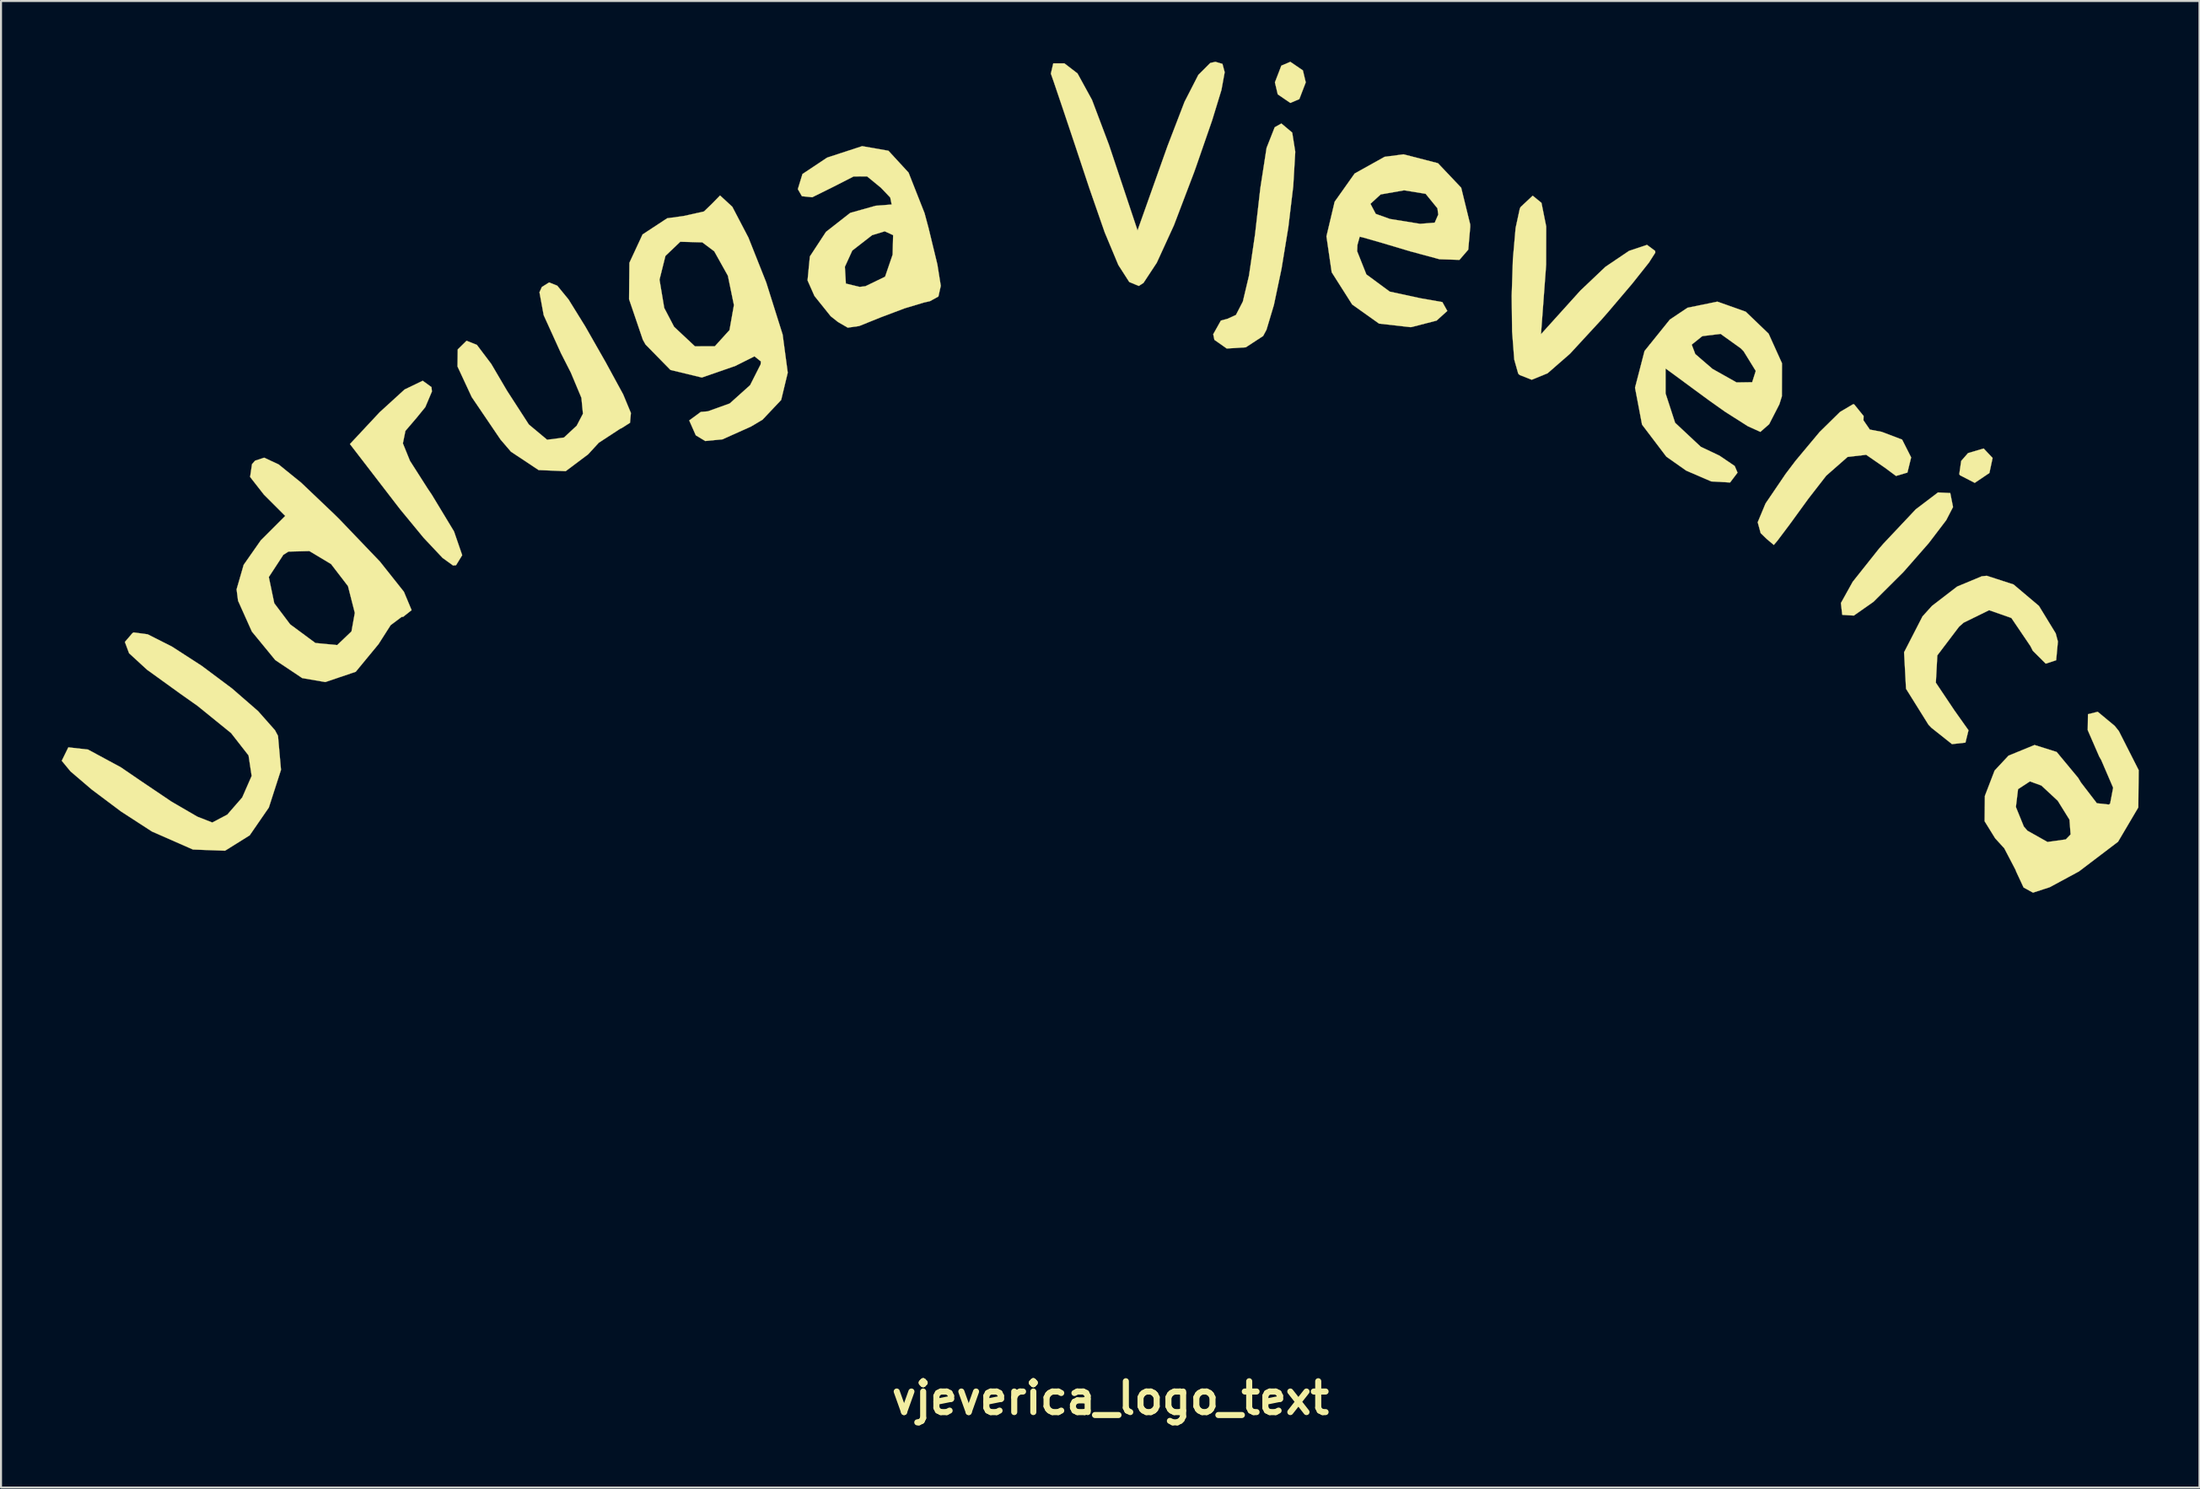
<source format=kicad_pcb>
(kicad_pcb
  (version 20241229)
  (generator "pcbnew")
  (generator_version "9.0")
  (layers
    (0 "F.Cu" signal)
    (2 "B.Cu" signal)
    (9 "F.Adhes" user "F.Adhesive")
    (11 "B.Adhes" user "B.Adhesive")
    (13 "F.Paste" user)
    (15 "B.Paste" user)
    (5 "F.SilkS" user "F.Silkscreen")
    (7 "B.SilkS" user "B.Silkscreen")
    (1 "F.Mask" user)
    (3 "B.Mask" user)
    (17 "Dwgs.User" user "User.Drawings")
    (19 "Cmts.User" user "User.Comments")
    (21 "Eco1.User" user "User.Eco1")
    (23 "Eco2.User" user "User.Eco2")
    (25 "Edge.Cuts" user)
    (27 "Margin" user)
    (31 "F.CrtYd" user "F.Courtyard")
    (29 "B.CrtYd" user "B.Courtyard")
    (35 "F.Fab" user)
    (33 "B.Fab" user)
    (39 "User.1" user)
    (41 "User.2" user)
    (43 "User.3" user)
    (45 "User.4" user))
  (footprint "vjeverica_logo_text"
    (layer "F.Cu")
    (at 51.821 66.045)
    (property "Reference" "vjeverica_logo_text" (at 0 0 0) (layer "F.SilkS") (effects (font (size 1.524 1.524) (thickness 0.3))))
    (attr through_hole)
    (fp_poly (pts (xy 9.511 -65.616) (xy 9.652 -65.024) (xy 9.334 -64.197) (xy 8.89 -64.008) (xy 8.269 -64.432) (xy 8.128 -65.024) (xy 8.446 -65.851) (xy 8.89 -66.04) (xy 9.511 -65.616)) (stroke (width 0.01) (type solid)) (fill yes) (layer "F.SilkS"))
    (fp_poly (pts (xy 43.593 -46.462) (xy 43.434 -45.72) (xy 42.71 -45.232) (xy 41.982 -45.607) (xy 41.946 -45.662) (xy 42.04 -46.315) (xy 42.378 -46.703) (xy 43.151 -46.931) (xy 43.593 -46.462)) (stroke (width 0.01) (type solid)) (fill yes) (layer "F.SilkS"))
    (fp_poly (pts (xy 41.5 -44.729) (xy 41.637 -44.039) (xy 41.301 -43.389) (xy 40.437 -42.254) (xy 39.227 -40.873) (xy 39.162 -40.803) (xy 37.704 -39.352) (xy 36.736 -38.674) (xy 36.172 -38.708) (xy 36.162 -38.717) (xy 36.097 -39.294) (xy 36.68 -40.343) (xy 37.964 -41.959) (xy 38.195 -42.226) (xy 39.797 -43.926) (xy 40.895 -44.759) (xy 41.5 -44.729)) (stroke (width 0.01) (type solid)) (fill yes) (layer "F.SilkS"))
    (fp_poly (pts (xy -33.55 -49.965) (xy -33.528 -49.748) (xy -33.855 -48.975) (xy -34.29 -48.441) (xy -34.838 -47.801) (xy -34.963 -47.184) (xy -34.613 -46.321) (xy -33.733 -44.943) (xy -33.537 -44.653) (xy -32.436 -42.832) (xy -32.032 -41.658) (xy -32.335 -41.163) (xy -32.482 -41.148) (xy -33.002 -41.524) (xy -33.936 -42.516) (xy -35.094 -43.922) (xy -35.27 -44.149) (xy -37.579 -47.15) (xy -36.112 -48.721) (xy -34.878 -49.847) (xy -33.983 -50.278) (xy -33.55 -49.965)) (stroke (width 0.01) (type solid)) (fill yes) (layer "F.SilkS"))
    (fp_poly (pts (xy 8.983 -62.543) (xy 9.134 -61.595) (xy 9.034 -59.893) (xy 8.791 -57.865) (xy 8.454 -55.809) (xy 8.078 -54.022) (xy 7.712 -52.799) (xy 7.547 -52.491) (xy 6.69 -51.931) (xy 5.748 -51.872) (xy 5.138 -52.3) (xy 5.08 -52.578) (xy 5.458 -53.252) (xy 5.785 -53.34) (xy 6.202 -53.53) (xy 6.544 -54.193) (xy 6.847 -55.472) (xy 7.146 -57.508) (xy 7.411 -59.817) (xy 7.716 -61.785) (xy 8.118 -62.806) (xy 8.448 -62.992) (xy 8.983 -62.543)) (stroke (width 0.01) (type solid)) (fill yes) (layer "F.SilkS"))
    (fp_poly (pts (xy 36.753 -49.111) (xy 37.219 -48.535) (xy 37.211 -48.324) (xy 37.525 -47.866) (xy 38.116 -47.752) (xy 39.122 -47.37) (xy 39.567 -46.49) (xy 39.383 -45.74) (xy 38.818 -45.574) (xy 38.285 -45.97) (xy 37.345 -46.62) (xy 36.427 -46.513) (xy 35.371 -45.586) (xy 34.489 -44.45) (xy 33.581 -43.2) (xy 32.957 -42.37) (xy 32.781 -42.164) (xy 32.424 -42.464) (xy 32.133 -42.746) (xy 31.985 -43.285) (xy 32.373 -44.214) (xy 33.369 -45.681) (xy 33.859 -46.328) (xy 35.044 -47.746) (xy 36.054 -48.738) (xy 36.698 -49.119) (xy 36.753 -49.111)) (stroke (width 0.01) (type solid)) (fill yes) (layer "F.SilkS"))
    (fp_poly (pts (xy 44.627 -40.211) (xy 45.883 -39.15) (xy 46.711 -37.795) (xy 46.819 -37.391) (xy 46.733 -36.466) (xy 46.218 -36.298) (xy 45.578 -36.936) (xy 45.46 -37.168) (xy 44.52 -38.555) (xy 43.42 -38.94) (xy 42.159 -38.322) (xy 41.933 -38.121) (xy 40.861 -36.706) (xy 40.788 -35.356) (xy 41.707 -33.985) (xy 42.401 -33.006) (xy 42.251 -32.396) (xy 41.586 -32.321) (xy 40.565 -33.132) (xy 40.422 -33.283) (xy 39.315 -35.056) (xy 39.218 -36.859) (xy 40.13 -38.635) (xy 40.601 -39.155) (xy 41.841 -40.108) (xy 43.058 -40.615) (xy 43.306 -40.64) (xy 44.627 -40.211)) (stroke (width 0.01) (type solid)) (fill yes) (layer "F.SilkS"))
    (fp_poly (pts (xy 21.3 -59.07) (xy 21.534 -57.903) (xy 21.53 -56.019) (xy 21.512 -55.753) (xy 21.276 -52.578) (xy 23.225 -54.737) (xy 24.461 -55.91) (xy 25.627 -56.697) (xy 26.516 -56.994) (xy 26.918 -56.694) (xy 26.924 -56.608) (xy 26.611 -56.118) (xy 25.782 -55.074) (xy 24.599 -53.681) (xy 24.271 -53.306) (xy 22.706 -51.61) (xy 21.601 -50.647) (xy 20.819 -50.328) (xy 20.224 -50.562) (xy 20.151 -50.631) (xy 19.955 -51.326) (xy 19.849 -52.712) (xy 19.828 -54.471) (xy 19.887 -56.283) (xy 20.022 -57.827) (xy 20.229 -58.784) (xy 20.271 -58.866) (xy 20.866 -59.424) (xy 21.3 -59.07)) (stroke (width 0.01) (type solid)) (fill yes) (layer "F.SilkS"))
    (fp_poly (pts (xy 5.536 -65.938) (xy 5.646 -65.526) (xy 5.486 -64.65) (xy 5.028 -63.153) (xy 4.241 -60.88) (xy 4.134 -60.579) (xy 3.138 -57.961) (xy 2.29 -56.11) (xy 1.633 -55.113) (xy 1.401 -54.964) (xy 0.931 -55.159) (xy 0.391 -56) (xy -0.28 -57.605) (xy -1.04 -59.79) (xy -1.755 -61.943) (xy -2.368 -63.773) (xy -2.797 -65.04) (xy -2.943 -65.457) (xy -2.825 -65.963) (xy -2.276 -65.965) (xy -1.627 -65.467) (xy -0.91 -64.158) (xy -0.075 -61.946) (xy -0.008 -61.746) (xy 1.34 -57.707) (xy 2.82 -61.873) (xy 3.663 -64.065) (xy 4.344 -65.394) (xy 4.935 -65.983) (xy 5.188 -66.04) (xy 5.536 -65.938)) (stroke (width 0.01) (type solid)) (fill yes) (layer "F.SilkS"))
    (fp_poly (pts (xy -27.334 -54.976) (xy -26.777 -54.296) (xy -25.953 -52.966) (xy -24.935 -51.18) (xy -24.078 -49.606) (xy -23.696 -48.686) (xy -23.739 -48.201) (xy -24.161 -47.933) (xy -24.219 -47.911) (xy -25.281 -47.216) (xy -25.81 -46.642) (xy -26.918 -45.81) (xy -28.255 -45.865) (xy -29.623 -46.773) (xy -30.136 -47.371) (xy -31.56 -49.471) (xy -32.263 -50.983) (xy -32.252 -51.826) (xy -31.816 -52.255) (xy -31.306 -52.051) (xy -30.596 -51.11) (xy -29.816 -49.783) (xy -28.737 -48.115) (xy -27.836 -47.363) (xy -27.001 -47.473) (xy -26.374 -48.057) (xy -26.064 -48.649) (xy -26.141 -49.436) (xy -26.662 -50.68) (xy -27.15 -51.638) (xy -28.004 -53.517) (xy -28.213 -54.651) (xy -28.096 -54.911) (xy -27.737 -55.137) (xy -27.334 -54.976)) (stroke (width 0.01) (type solid)) (fill yes) (layer "F.SilkS"))
    (fp_poly (pts (xy -47.575 -37.748) (xy -46.373 -37.14) (xy -44.903 -36.19) (xy -43.404 -35.07) (xy -42.117 -33.951) (xy -41.282 -33.006) (xy -41.134 -32.729) (xy -40.986 -31.05) (xy -41.586 -29.187) (xy -42.532 -27.814) (xy -43.75 -27.053) (xy -45.337 -27.112) (xy -47.364 -28.003) (xy -48.895 -28.996) (xy -50.34 -30.079) (xy -51.385 -30.972) (xy -51.814 -31.491) (xy -51.816 -31.506) (xy -51.494 -32.162) (xy -50.522 -32.052) (xy -48.897 -31.174) (xy -47.925 -30.509) (xy -46.391 -29.475) (xy -45.12 -28.736) (xy -44.385 -28.448) (xy -44.379 -28.448) (xy -43.641 -28.836) (xy -42.902 -29.684) (xy -42.435 -30.75) (xy -42.589 -31.762) (xy -43.451 -32.866) (xy -45.108 -34.21) (xy -45.95 -34.804) (xy -47.609 -36.001) (xy -48.493 -36.813) (xy -48.7 -37.37) (xy -48.33 -37.802) (xy -48.269 -37.841) (xy -47.575 -37.748)) (stroke (width 0.01) (type solid)) (fill yes) (layer "F.SilkS"))
    (fp_poly (pts (xy 31.392 -53.692) (xy 32.523 -52.607) (xy 33.185 -51.143) (xy 33.179 -49.509) (xy 33.056 -49.115) (xy 32.552 -48.133) (xy 32.117 -47.752) (xy 31.499 -48.031) (xy 30.375 -48.745) (xy 29.564 -49.32) (xy 27.432 -50.888) (xy 27.432 -49.653) (xy 27.904 -48.202) (xy 29.174 -47.014) (xy 30.099 -46.575) (xy 30.849 -46.066) (xy 30.988 -45.736) (xy 30.62 -45.251) (xy 29.689 -45.303) (xy 28.456 -45.835) (xy 27.471 -46.527) (xy 26.27 -48.11) (xy 25.923 -49.935) (xy 26.393 -51.749) (xy 26.646 -52.063) (xy 28.724 -52.063) (xy 28.901 -51.597) (xy 29.753 -50.863) (xy 30.94 -50.196) (xy 31.712 -50.207) (xy 31.889 -50.764) (xy 31.289 -51.736) (xy 31.151 -51.878) (xy 30.151 -52.595) (xy 29.263 -52.485) (xy 29.214 -52.458) (xy 28.724 -52.063) (xy 26.646 -52.063) (xy 27.645 -53.303) (xy 28.52 -53.887) (xy 29.991 -54.188) (xy 31.392 -53.692)) (stroke (width 0.01) (type solid)) (fill yes) (layer "F.SilkS"))
    (fp_poly (pts (xy -41.104 -46.144) (xy -39.991 -45.243) (xy -38.351 -43.682) (xy -38.094 -43.428) (xy -36.097 -41.342) (xy -34.912 -39.85) (xy -34.532 -38.942) (xy -34.953 -38.61) (xy -35.024 -38.608) (xy -35.568 -38.2) (xy -36.167 -37.262) (xy -37.293 -35.896) (xy -38.795 -35.388) (xy -39.935 -35.584) (xy -41.266 -36.472) (xy -42.425 -37.884) (xy -43.108 -39.408) (xy -43.18 -39.97) (xy -43.004 -40.578) (xy -41.588 -40.578) (xy -41.318 -39.283) (xy -40.532 -38.239) (xy -39.288 -37.319) (xy -38.21 -37.215) (xy -37.502 -37.891) (xy -37.338 -38.807) (xy -37.676 -40.131) (xy -38.513 -41.221) (xy -39.582 -41.861) (xy -40.618 -41.836) (xy -40.871 -41.675) (xy -41.588 -40.578) (xy -43.004 -40.578) (xy -42.83 -41.181) (xy -41.987 -42.387) (xy -41.978 -42.396) (xy -40.776 -43.598) (xy -41.831 -44.653) (xy -42.512 -45.524) (xy -42.419 -46.155) (xy -42.265 -46.33) (xy -41.819 -46.476) (xy -41.104 -46.144)) (stroke (width 0.01) (type solid)) (fill yes) (layer "F.SilkS"))
    (fp_poly (pts (xy 16.186 -61.029) (xy 17.333 -59.819) (xy 17.779 -57.998) (xy 17.78 -57.884) (xy 17.682 -56.757) (xy 17.246 -56.252) (xy 16.261 -56.284) (xy 14.813 -56.675) (xy 13.416 -57.092) (xy 12.502 -57.354) (xy 12.319 -57.399) (xy 12.205 -56.991) (xy 12.192 -56.678) (xy 12.647 -55.534) (xy 13.803 -54.683) (xy 15.319 -54.356) (xy 16.403 -54.166) (xy 16.646 -53.729) (xy 16.117 -53.251) (xy 14.885 -52.933) (xy 14.828 -52.927) (xy 13.275 -53.102) (xy 11.946 -54.047) (xy 10.934 -55.64) (xy 10.675 -57.416) (xy 11.056 -59.023) (xy 12.849 -59.023) (xy 13.112 -58.525) (xy 13.814 -58.274) (xy 15.302 -58.034) (xy 16.024 -58.09) (xy 16.2 -58.491) (xy 16.159 -58.801) (xy 15.576 -59.517) (xy 14.513 -59.69) (xy 13.353 -59.486) (xy 12.849 -59.023) (xy 11.056 -59.023) (xy 11.081 -59.127) (xy 12.068 -60.52) (xy 13.55 -61.346) (xy 14.486 -61.468) (xy 16.186 -61.029)) (stroke (width 0.01) (type solid)) (fill yes) (layer "F.SilkS"))
    (fp_poly (pts (xy 49.625 -33.223) (xy 49.831 -32.966) (xy 50.811 -31.035) (xy 50.792 -29.192) (xy 49.792 -27.497) (xy 47.86 -26.03) (xy 46.414 -25.249) (xy 45.589 -24.981) (xy 45.124 -25.235) (xy 44.76 -26.016) (xy 44.723 -26.113) (xy 44.17 -27.172) (xy 43.719 -27.667) (xy 43.198 -28.509) (xy 43.205 -29.214) (xy 44.743 -29.214) (xy 45.136 -28.247) (xy 45.314 -28.042) (xy 46.304 -27.485) (xy 47.21 -27.611) (xy 47.447 -27.857) (xy 47.392 -28.587) (xy 46.812 -29.522) (xy 46.004 -30.273) (xy 45.437 -30.48) (xy 44.85 -30.095) (xy 44.743 -29.214) (xy 43.205 -29.214) (xy 43.211 -29.762) (xy 43.692 -31.015) (xy 44.378 -31.75) (xy 45.666 -32.278) (xy 46.757 -31.934) (xy 47.818 -30.655) (xy 47.962 -30.418) (xy 48.745 -29.399) (xy 49.343 -29.334) (xy 49.401 -29.386) (xy 49.549 -30.166) (xy 48.959 -31.538) (xy 48.863 -31.703) (xy 48.293 -33.013) (xy 48.305 -33.8) (xy 48.787 -33.919) (xy 49.625 -33.223)) (stroke (width 0.01) (type solid)) (fill yes) (layer "F.SilkS"))
    (fp_poly (pts (xy -18.684 -58.876) (xy -17.89 -57.357) (xy -17.01 -55.141) (xy -16.197 -52.561) (xy -15.945 -50.678) (xy -16.27 -49.329) (xy -17.191 -48.354) (xy -17.762 -48.015) (xy -19.167 -47.385) (xy -20.023 -47.3) (xy -20.489 -47.583) (xy -20.813 -48.316) (xy -20.243 -48.737) (xy -19.891 -48.768) (xy -18.812 -49.156) (xy -17.804 -50.061) (xy -17.283 -51.091) (xy -17.272 -51.233) (xy -17.59 -51.485) (xy -18.538 -51.01) (xy -20.189 -50.438) (xy -21.741 -50.813) (xy -22.974 -52.071) (xy -23.105 -52.306) (xy -23.786 -54.308) (xy -23.777 -55.274) (xy -22.282 -55.274) (xy -22.048 -53.876) (xy -21.561 -52.945) (xy -20.533 -51.982) (xy -19.55 -51.98) (xy -18.823 -52.782) (xy -18.604 -54.019) (xy -18.903 -55.469) (xy -19.576 -56.675) (xy -20.166 -57.118) (xy -21.256 -57.147) (xy -21.989 -56.448) (xy -22.282 -55.274) (xy -23.777 -55.274) (xy -23.769 -56.109) (xy -23.119 -57.509) (xy -21.902 -58.308) (xy -21.088 -58.42) (xy -20.085 -58.644) (xy -19.697 -59.018) (xy -19.29 -59.435) (xy -18.684 -58.876)) (stroke (width 0.01) (type solid)) (fill yes) (layer "F.SilkS"))
    (fp_poly (pts (xy -10.969 -61.645) (xy -9.975 -60.565) (xy -9.185 -58.561) (xy -8.992 -57.844) (xy -8.552 -56.03) (xy -8.383 -54.971) (xy -8.501 -54.441) (xy -8.918 -54.211) (xy -9.224 -54.142) (xy -10.171 -53.857) (xy -11.336 -53.418) (xy -12.416 -52.983) (xy -12.979 -52.902) (xy -13.463 -53.182) (xy -13.822 -53.467) (xy -14.625 -54.468) (xy -14.966 -55.237) (xy -14.901 -55.911) (xy -13.122 -55.911) (xy -13.073 -55.081) (xy -12.391 -54.917) (xy -12.106 -54.95) (xy -11.135 -55.42) (xy -10.762 -56.511) (xy -10.738 -57.475) (xy -11.152 -57.664) (xy -11.778 -57.472) (xy -12.757 -56.711) (xy -13.122 -55.911) (xy -14.901 -55.911) (xy -14.851 -56.423) (xy -14.055 -57.637) (xy -12.858 -58.574) (xy -11.598 -58.928) (xy -10.809 -58.988) (xy -10.88 -59.334) (xy -11.339 -59.816) (xy -12.026 -60.379) (xy -12.69 -60.375) (xy -13.696 -59.861) (xy -14.734 -59.347) (xy -15.245 -59.399) (xy -15.446 -59.748) (xy -15.218 -60.495) (xy -14.019 -61.293) (xy -13.973 -61.315) (xy -12.268 -61.872) (xy -10.969 -61.645)) (stroke (width 0.01) (type solid)) (fill yes) (layer "F.SilkS")))
  (gr_rect
    (start -3 -3)
    (end 105.637 70.463)
    (stroke (width 0.1) (type default))
    (fill no)
    (layer "Edge.Cuts")))
</source>
